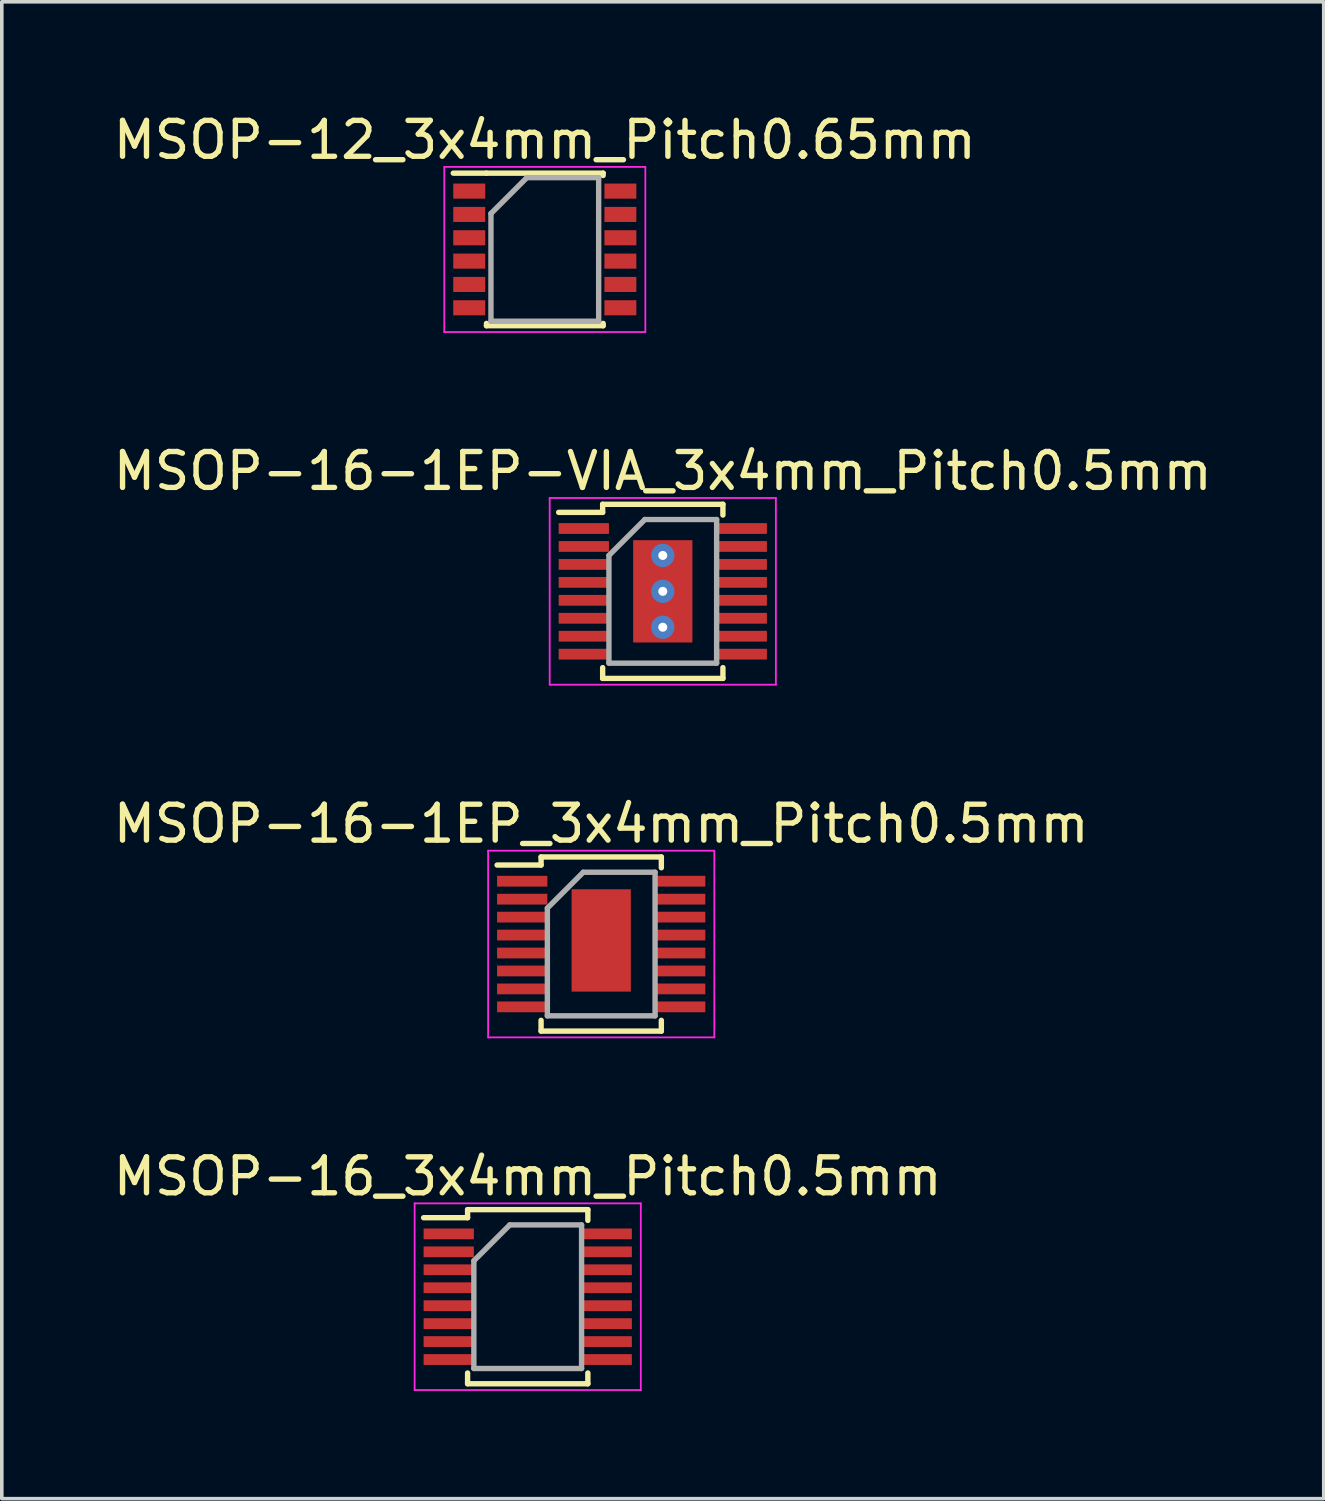
<source format=kicad_pcb>
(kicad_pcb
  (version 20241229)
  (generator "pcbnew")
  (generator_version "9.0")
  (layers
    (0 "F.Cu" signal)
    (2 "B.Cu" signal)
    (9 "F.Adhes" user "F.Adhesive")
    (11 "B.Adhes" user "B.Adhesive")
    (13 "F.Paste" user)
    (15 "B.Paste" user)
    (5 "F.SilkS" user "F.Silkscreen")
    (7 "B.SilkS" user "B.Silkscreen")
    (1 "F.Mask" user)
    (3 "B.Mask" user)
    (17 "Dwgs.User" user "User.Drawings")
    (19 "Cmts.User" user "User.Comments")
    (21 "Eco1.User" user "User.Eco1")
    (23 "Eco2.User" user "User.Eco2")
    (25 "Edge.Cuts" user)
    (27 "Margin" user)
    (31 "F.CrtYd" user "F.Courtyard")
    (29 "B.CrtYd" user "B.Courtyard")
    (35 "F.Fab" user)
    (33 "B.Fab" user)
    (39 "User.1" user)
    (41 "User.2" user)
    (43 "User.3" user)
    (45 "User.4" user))
  (footprint "MSOP-16-1EP-VIA_3x4mm_Pitch0.5mm"
    (layer "F.Cu")
    (at 15.411 13.421)
    (property "Reference" "MSOP-16-1EP-VIA_3x4mm_Pitch0.5mm" (at 0 -3.35 0) (layer "F.SilkS") (effects (font (size 1 1) (thickness 0.15))))
    (attr smd)
    (fp_line (start -1.675 -2.425) (end -1.675 -2.2) (stroke (width 0.15) (type solid)) (layer "F.SilkS"))
    (fp_line (start -1.675 -2.425) (end 1.675 -2.425) (stroke (width 0.15) (type solid)) (layer "F.SilkS"))
    (fp_line (start -1.675 -2.2) (end -2.9 -2.2) (stroke (width 0.15) (type solid)) (layer "F.SilkS"))
    (fp_line (start -1.675 2.425) (end -1.675 2.125) (stroke (width 0.15) (type solid)) (layer "F.SilkS"))
    (fp_line (start -1.675 2.425) (end 1.675 2.425) (stroke (width 0.15) (type solid)) (layer "F.SilkS"))
    (fp_line (start 1.675 -2.425) (end 1.675 -2.125) (stroke (width 0.15) (type solid)) (layer "F.SilkS"))
    (fp_line (start 1.675 2.425) (end 1.675 2.125) (stroke (width 0.15) (type solid)) (layer "F.SilkS"))
    (fp_line (start -3.15 -2.6) (end -3.15 2.6) (stroke (width 0.05) (type solid)) (layer "F.CrtYd"))
    (fp_line (start -3.15 -2.6) (end 3.15 -2.6) (stroke (width 0.05) (type solid)) (layer "F.CrtYd"))
    (fp_line (start -3.15 2.6) (end 3.15 2.6) (stroke (width 0.05) (type solid)) (layer "F.CrtYd"))
    (fp_line (start 3.15 -2.6) (end 3.15 2.6) (stroke (width 0.05) (type solid)) (layer "F.CrtYd"))
    (fp_line (start -1.5 -1) (end -0.5 -2) (stroke (width 0.15) (type solid)) (layer "F.Fab"))
    (fp_line (start -1.5 2) (end -1.5 -1) (stroke (width 0.15) (type solid)) (layer "F.Fab"))
    (fp_line (start -0.5 -2) (end 1.5 -2) (stroke (width 0.15) (type solid)) (layer "F.Fab"))
    (fp_line (start 1.5 -2) (end 1.5 2) (stroke (width 0.15) (type solid)) (layer "F.Fab"))
    (fp_line (start 1.5 2) (end -1.5 2) (stroke (width 0.15) (type solid)) (layer "F.Fab"))
    (pad "1" smd rect (at -2.2 -1.75) (size 1.4 0.3) (layers "F.Cu" "F.Mask" "F.Paste"))
    (pad "2" smd rect (at -2.2 -1.25) (size 1.4 0.3) (layers "F.Cu" "F.Mask" "F.Paste"))
    (pad "3" smd rect (at -2.2 -0.75) (size 1.4 0.3) (layers "F.Cu" "F.Mask" "F.Paste"))
    (pad "4" smd rect (at -2.2 -0.25) (size 1.4 0.3) (layers "F.Cu" "F.Mask" "F.Paste"))
    (pad "5" smd rect (at -2.2 0.25) (size 1.4 0.3) (layers "F.Cu" "F.Mask" "F.Paste"))
    (pad "6" smd rect (at -2.2 0.75) (size 1.4 0.3) (layers "F.Cu" "F.Mask" "F.Paste"))
    (pad "7" smd rect (at -2.2 1.25) (size 1.4 0.3) (layers "F.Cu" "F.Mask" "F.Paste"))
    (pad "8" smd rect (at -2.2 1.75) (size 1.4 0.3) (layers "F.Cu" "F.Mask" "F.Paste"))
    (pad "9" smd rect (at 2.2 1.75) (size 1.4 0.3) (layers "F.Cu" "F.Mask" "F.Paste"))
    (pad "10" smd rect (at 2.2 1.25) (size 1.4 0.3) (layers "F.Cu" "F.Mask" "F.Paste"))
    (pad "11" smd rect (at 2.2 0.75) (size 1.4 0.3) (layers "F.Cu" "F.Mask" "F.Paste"))
    (pad "12" smd rect (at 2.2 0.25) (size 1.4 0.3) (layers "F.Cu" "F.Mask" "F.Paste"))
    (pad "13" smd rect (at 2.2 -0.25) (size 1.4 0.3) (layers "F.Cu" "F.Mask" "F.Paste"))
    (pad "14" smd rect (at 2.2 -0.75) (size 1.4 0.3) (layers "F.Cu" "F.Mask" "F.Paste"))
    (pad "15" smd rect (at 2.2 -1.25) (size 1.4 0.3) (layers "F.Cu" "F.Mask" "F.Paste"))
    (pad "16" smd rect (at 2.2 -1.75) (size 1.4 0.3) (layers "F.Cu" "F.Mask" "F.Paste"))
    (pad "17" thru_hole circle (at 0 -1) (size 0.65 0.65) (drill 0.25) (layers "*.Cu" "*.Paste" "*.Mask"))
    (pad "17" thru_hole circle (at 0 0) (size 0.65 0.65) (drill 0.25) (layers "*.Cu" "*.Paste" "*.Mask"))
    (pad "17" smd rect (at 0 0) (size 1.65 2.85) (layers "F.Cu" "F.Mask" "F.Paste"))
    (pad "17" thru_hole circle (at 0 1) (size 0.65 0.65) (drill 0.25) (layers "*.Cu" "*.Paste" "*.Mask")))
  (footprint "MSOP-16-1EP_3x4mm_Pitch0.5mm"
    (layer "F.Cu")
    (at 13.696 23.245)
    (property "Reference" "MSOP-16-1EP_3x4mm_Pitch0.5mm" (at 0 -3.35 0) (layer "F.SilkS") (effects (font (size 1 1) (thickness 0.15))))
    (attr smd)
    (fp_line (start -1.675 -2.425) (end -1.675 -2.2) (stroke (width 0.15) (type solid)) (layer "F.SilkS"))
    (fp_line (start -1.675 -2.425) (end 1.675 -2.425) (stroke (width 0.15) (type solid)) (layer "F.SilkS"))
    (fp_line (start -1.675 -2.2) (end -2.9 -2.2) (stroke (width 0.15) (type solid)) (layer "F.SilkS"))
    (fp_line (start -1.675 2.425) (end -1.675 2.125) (stroke (width 0.15) (type solid)) (layer "F.SilkS"))
    (fp_line (start -1.675 2.425) (end 1.675 2.425) (stroke (width 0.15) (type solid)) (layer "F.SilkS"))
    (fp_line (start 1.675 -2.425) (end 1.675 -2.125) (stroke (width 0.15) (type solid)) (layer "F.SilkS"))
    (fp_line (start 1.675 2.425) (end 1.675 2.125) (stroke (width 0.15) (type solid)) (layer "F.SilkS"))
    (fp_line (start -3.15 -2.6) (end -3.15 2.6) (stroke (width 0.05) (type solid)) (layer "F.CrtYd"))
    (fp_line (start -3.15 -2.6) (end 3.15 -2.6) (stroke (width 0.05) (type solid)) (layer "F.CrtYd"))
    (fp_line (start -3.15 2.6) (end 3.15 2.6) (stroke (width 0.05) (type solid)) (layer "F.CrtYd"))
    (fp_line (start 3.15 -2.6) (end 3.15 2.6) (stroke (width 0.05) (type solid)) (layer "F.CrtYd"))
    (fp_line (start -1.5 -1) (end -0.5 -2) (stroke (width 0.15) (type solid)) (layer "F.Fab"))
    (fp_line (start -1.5 2) (end -1.5 -1) (stroke (width 0.15) (type solid)) (layer "F.Fab"))
    (fp_line (start -0.5 -2) (end 1.5 -2) (stroke (width 0.15) (type solid)) (layer "F.Fab"))
    (fp_line (start 1.5 -2) (end 1.5 2) (stroke (width 0.15) (type solid)) (layer "F.Fab"))
    (fp_line (start 1.5 2) (end -1.5 2) (stroke (width 0.15) (type solid)) (layer "F.Fab"))
    (pad "1" smd rect (at -2.2 -1.75) (size 1.4 0.3) (layers "F.Cu" "F.Mask" "F.Paste"))
    (pad "2" smd rect (at -2.2 -1.25) (size 1.4 0.3) (layers "F.Cu" "F.Mask" "F.Paste"))
    (pad "3" smd rect (at -2.2 -0.75) (size 1.4 0.3) (layers "F.Cu" "F.Mask" "F.Paste"))
    (pad "4" smd rect (at -2.2 -0.25) (size 1.4 0.3) (layers "F.Cu" "F.Mask" "F.Paste"))
    (pad "5" smd rect (at -2.2 0.25) (size 1.4 0.3) (layers "F.Cu" "F.Mask" "F.Paste"))
    (pad "6" smd rect (at -2.2 0.75) (size 1.4 0.3) (layers "F.Cu" "F.Mask" "F.Paste"))
    (pad "7" smd rect (at -2.2 1.25) (size 1.4 0.3) (layers "F.Cu" "F.Mask" "F.Paste"))
    (pad "8" smd rect (at -2.2 1.75) (size 1.4 0.3) (layers "F.Cu" "F.Mask" "F.Paste"))
    (pad "9" smd rect (at 2.2 1.75) (size 1.4 0.3) (layers "F.Cu" "F.Mask" "F.Paste"))
    (pad "10" smd rect (at 2.2 1.25) (size 1.4 0.3) (layers "F.Cu" "F.Mask" "F.Paste"))
    (pad "11" smd rect (at 2.2 0.75) (size 1.4 0.3) (layers "F.Cu" "F.Mask" "F.Paste"))
    (pad "12" smd rect (at 2.2 0.25) (size 1.4 0.3) (layers "F.Cu" "F.Mask" "F.Paste"))
    (pad "13" smd rect (at 2.2 -0.25) (size 1.4 0.3) (layers "F.Cu" "F.Mask" "F.Paste"))
    (pad "14" smd rect (at 2.2 -0.75) (size 1.4 0.3) (layers "F.Cu" "F.Mask" "F.Paste"))
    (pad "15" smd rect (at 2.2 -1.25) (size 1.4 0.3) (layers "F.Cu" "F.Mask" "F.Paste"))
    (pad "16" smd rect (at 2.2 -1.75) (size 1.4 0.3) (layers "F.Cu" "F.Mask" "F.Paste"))
    (pad "17" smd rect (at 0 -0.1) (size 1.65 2.85) (layers "F.Cu" "F.Mask" "F.Paste")))
  (footprint "MSOP-16_3x4mm_Pitch0.5mm"
    (layer "F.Cu")
    (at 11.649 33.068)
    (property "Reference" "MSOP-16_3x4mm_Pitch0.5mm" (at 0 -3.35 0) (layer "F.SilkS") (effects (font (size 1 1) (thickness 0.15))))
    (attr smd)
    (fp_line (start -1.675 -2.425) (end -1.675 -2.2) (stroke (width 0.15) (type solid)) (layer "F.SilkS"))
    (fp_line (start -1.675 -2.425) (end 1.675 -2.425) (stroke (width 0.15) (type solid)) (layer "F.SilkS"))
    (fp_line (start -1.675 -2.2) (end -2.9 -2.2) (stroke (width 0.15) (type solid)) (layer "F.SilkS"))
    (fp_line (start -1.675 2.425) (end -1.675 2.125) (stroke (width 0.15) (type solid)) (layer "F.SilkS"))
    (fp_line (start -1.675 2.425) (end 1.675 2.425) (stroke (width 0.15) (type solid)) (layer "F.SilkS"))
    (fp_line (start 1.675 -2.425) (end 1.675 -2.125) (stroke (width 0.15) (type solid)) (layer "F.SilkS"))
    (fp_line (start 1.675 2.425) (end 1.675 2.125) (stroke (width 0.15) (type solid)) (layer "F.SilkS"))
    (fp_line (start -3.15 -2.6) (end -3.15 2.6) (stroke (width 0.05) (type solid)) (layer "F.CrtYd"))
    (fp_line (start -3.15 -2.6) (end 3.15 -2.6) (stroke (width 0.05) (type solid)) (layer "F.CrtYd"))
    (fp_line (start -3.15 2.6) (end 3.15 2.6) (stroke (width 0.05) (type solid)) (layer "F.CrtYd"))
    (fp_line (start 3.15 -2.6) (end 3.15 2.6) (stroke (width 0.05) (type solid)) (layer "F.CrtYd"))
    (fp_line (start -1.5 -1) (end -0.5 -2) (stroke (width 0.15) (type solid)) (layer "F.Fab"))
    (fp_line (start -1.5 2) (end -1.5 -1) (stroke (width 0.15) (type solid)) (layer "F.Fab"))
    (fp_line (start -0.5 -2) (end 1.5 -2) (stroke (width 0.15) (type solid)) (layer "F.Fab"))
    (fp_line (start 1.5 -2) (end 1.5 2) (stroke (width 0.15) (type solid)) (layer "F.Fab"))
    (fp_line (start 1.5 2) (end -1.5 2) (stroke (width 0.15) (type solid)) (layer "F.Fab"))
    (pad "1" smd rect (at -2.2 -1.75) (size 1.4 0.3) (layers "F.Cu" "F.Mask" "F.Paste"))
    (pad "2" smd rect (at -2.2 -1.25) (size 1.4 0.3) (layers "F.Cu" "F.Mask" "F.Paste"))
    (pad "3" smd rect (at -2.2 -0.75) (size 1.4 0.3) (layers "F.Cu" "F.Mask" "F.Paste"))
    (pad "4" smd rect (at -2.2 -0.25) (size 1.4 0.3) (layers "F.Cu" "F.Mask" "F.Paste"))
    (pad "5" smd rect (at -2.2 0.25) (size 1.4 0.3) (layers "F.Cu" "F.Mask" "F.Paste"))
    (pad "6" smd rect (at -2.2 0.75) (size 1.4 0.3) (layers "F.Cu" "F.Mask" "F.Paste"))
    (pad "7" smd rect (at -2.2 1.25) (size 1.4 0.3) (layers "F.Cu" "F.Mask" "F.Paste"))
    (pad "8" smd rect (at -2.2 1.75) (size 1.4 0.3) (layers "F.Cu" "F.Mask" "F.Paste"))
    (pad "9" smd rect (at 2.2 1.75) (size 1.4 0.3) (layers "F.Cu" "F.Mask" "F.Paste"))
    (pad "10" smd rect (at 2.2 1.25) (size 1.4 0.3) (layers "F.Cu" "F.Mask" "F.Paste"))
    (pad "11" smd rect (at 2.2 0.75) (size 1.4 0.3) (layers "F.Cu" "F.Mask" "F.Paste"))
    (pad "12" smd rect (at 2.2 0.25) (size 1.4 0.3) (layers "F.Cu" "F.Mask" "F.Paste"))
    (pad "13" smd rect (at 2.2 -0.25) (size 1.4 0.3) (layers "F.Cu" "F.Mask" "F.Paste"))
    (pad "14" smd rect (at 2.2 -0.75) (size 1.4 0.3) (layers "F.Cu" "F.Mask" "F.Paste"))
    (pad "15" smd rect (at 2.2 -1.25) (size 1.4 0.3) (layers "F.Cu" "F.Mask" "F.Paste"))
    (pad "16" smd rect (at 2.2 -1.75) (size 1.4 0.3) (layers "F.Cu" "F.Mask" "F.Paste")))
  (footprint "MSOP-12_3x4mm_Pitch0.65mm"
    (layer "F.Cu")
    (at 12.125 3.898)
    (property "Reference" "MSOP-12_3x4mm_Pitch0.65mm" (at 0 -3.05 0) (layer "F.SilkS") (effects (font (size 1 1) (thickness 0.15))))
    (attr smd)
    (fp_line (start -1.625 -2.125) (end -2.55 -2.125) (stroke (width 0.15) (type solid)) (layer "F.SilkS"))
    (fp_line (start -1.625 -2.125) (end 1.625 -2.125) (stroke (width 0.15) (type solid)) (layer "F.SilkS"))
    (fp_line (start -1.625 2.125) (end -1.625 2.06) (stroke (width 0.15) (type solid)) (layer "F.SilkS"))
    (fp_line (start -1.625 2.125) (end 1.625 2.125) (stroke (width 0.15) (type solid)) (layer "F.SilkS"))
    (fp_line (start 1.625 -2.125) (end 1.625 -2.06) (stroke (width 0.15) (type solid)) (layer "F.SilkS"))
    (fp_line (start 1.625 2.125) (end 1.625 2.06) (stroke (width 0.15) (type solid)) (layer "F.SilkS"))
    (fp_line (start -2.8 -2.3) (end -2.8 2.3) (stroke (width 0.05) (type solid)) (layer "F.CrtYd"))
    (fp_line (start -2.8 -2.3) (end 2.8 -2.3) (stroke (width 0.05) (type solid)) (layer "F.CrtYd"))
    (fp_line (start -2.8 2.3) (end 2.8 2.3) (stroke (width 0.05) (type solid)) (layer "F.CrtYd"))
    (fp_line (start 2.8 -2.3) (end 2.8 2.3) (stroke (width 0.05) (type solid)) (layer "F.CrtYd"))
    (fp_line (start -1.5 -1) (end -0.5 -2) (stroke (width 0.15) (type solid)) (layer "F.Fab"))
    (fp_line (start -1.5 2) (end -1.5 -1) (stroke (width 0.15) (type solid)) (layer "F.Fab"))
    (fp_line (start -0.5 -2) (end 1.5 -2) (stroke (width 0.15) (type solid)) (layer "F.Fab"))
    (fp_line (start 1.5 -2) (end 1.5 2) (stroke (width 0.15) (type solid)) (layer "F.Fab"))
    (fp_line (start 1.5 2) (end -1.5 2) (stroke (width 0.15) (type solid)) (layer "F.Fab"))
    (pad "1" smd rect (at -2.105 -1.625) (size 0.89 0.42) (layers "F.Cu" "F.Mask" "F.Paste"))
    (pad "2" smd rect (at -2.105 -0.975) (size 0.89 0.42) (layers "F.Cu" "F.Mask" "F.Paste"))
    (pad "3" smd rect (at -2.105 -0.325) (size 0.89 0.42) (layers "F.Cu" "F.Mask" "F.Paste"))
    (pad "4" smd rect (at -2.105 0.325) (size 0.89 0.42) (layers "F.Cu" "F.Mask" "F.Paste"))
    (pad "5" smd rect (at -2.105 0.975) (size 0.89 0.42) (layers "F.Cu" "F.Mask" "F.Paste"))
    (pad "6" smd rect (at -2.105 1.625) (size 0.89 0.42) (layers "F.Cu" "F.Mask" "F.Paste"))
    (pad "7" smd rect (at 2.105 1.625) (size 0.89 0.42) (layers "F.Cu" "F.Mask" "F.Paste"))
    (pad "8" smd rect (at 2.105 0.975) (size 0.89 0.42) (layers "F.Cu" "F.Mask" "F.Paste"))
    (pad "9" smd rect (at 2.105 0.325) (size 0.89 0.42) (layers "F.Cu" "F.Mask" "F.Paste"))
    (pad "10" smd rect (at 2.105 -0.325) (size 0.89 0.42) (layers "F.Cu" "F.Mask" "F.Paste"))
    (pad "11" smd rect (at 2.105 -0.975) (size 0.89 0.42) (layers "F.Cu" "F.Mask" "F.Paste"))
    (pad "12" smd rect (at 2.105 -1.625) (size 0.89 0.42) (layers "F.Cu" "F.Mask" "F.Paste")))
  (gr_rect
    (start -3 -3)
    (end 33.821 38.693)
    (stroke (width 0.1) (type default))
    (fill no)
    (layer "Edge.Cuts")))
</source>
